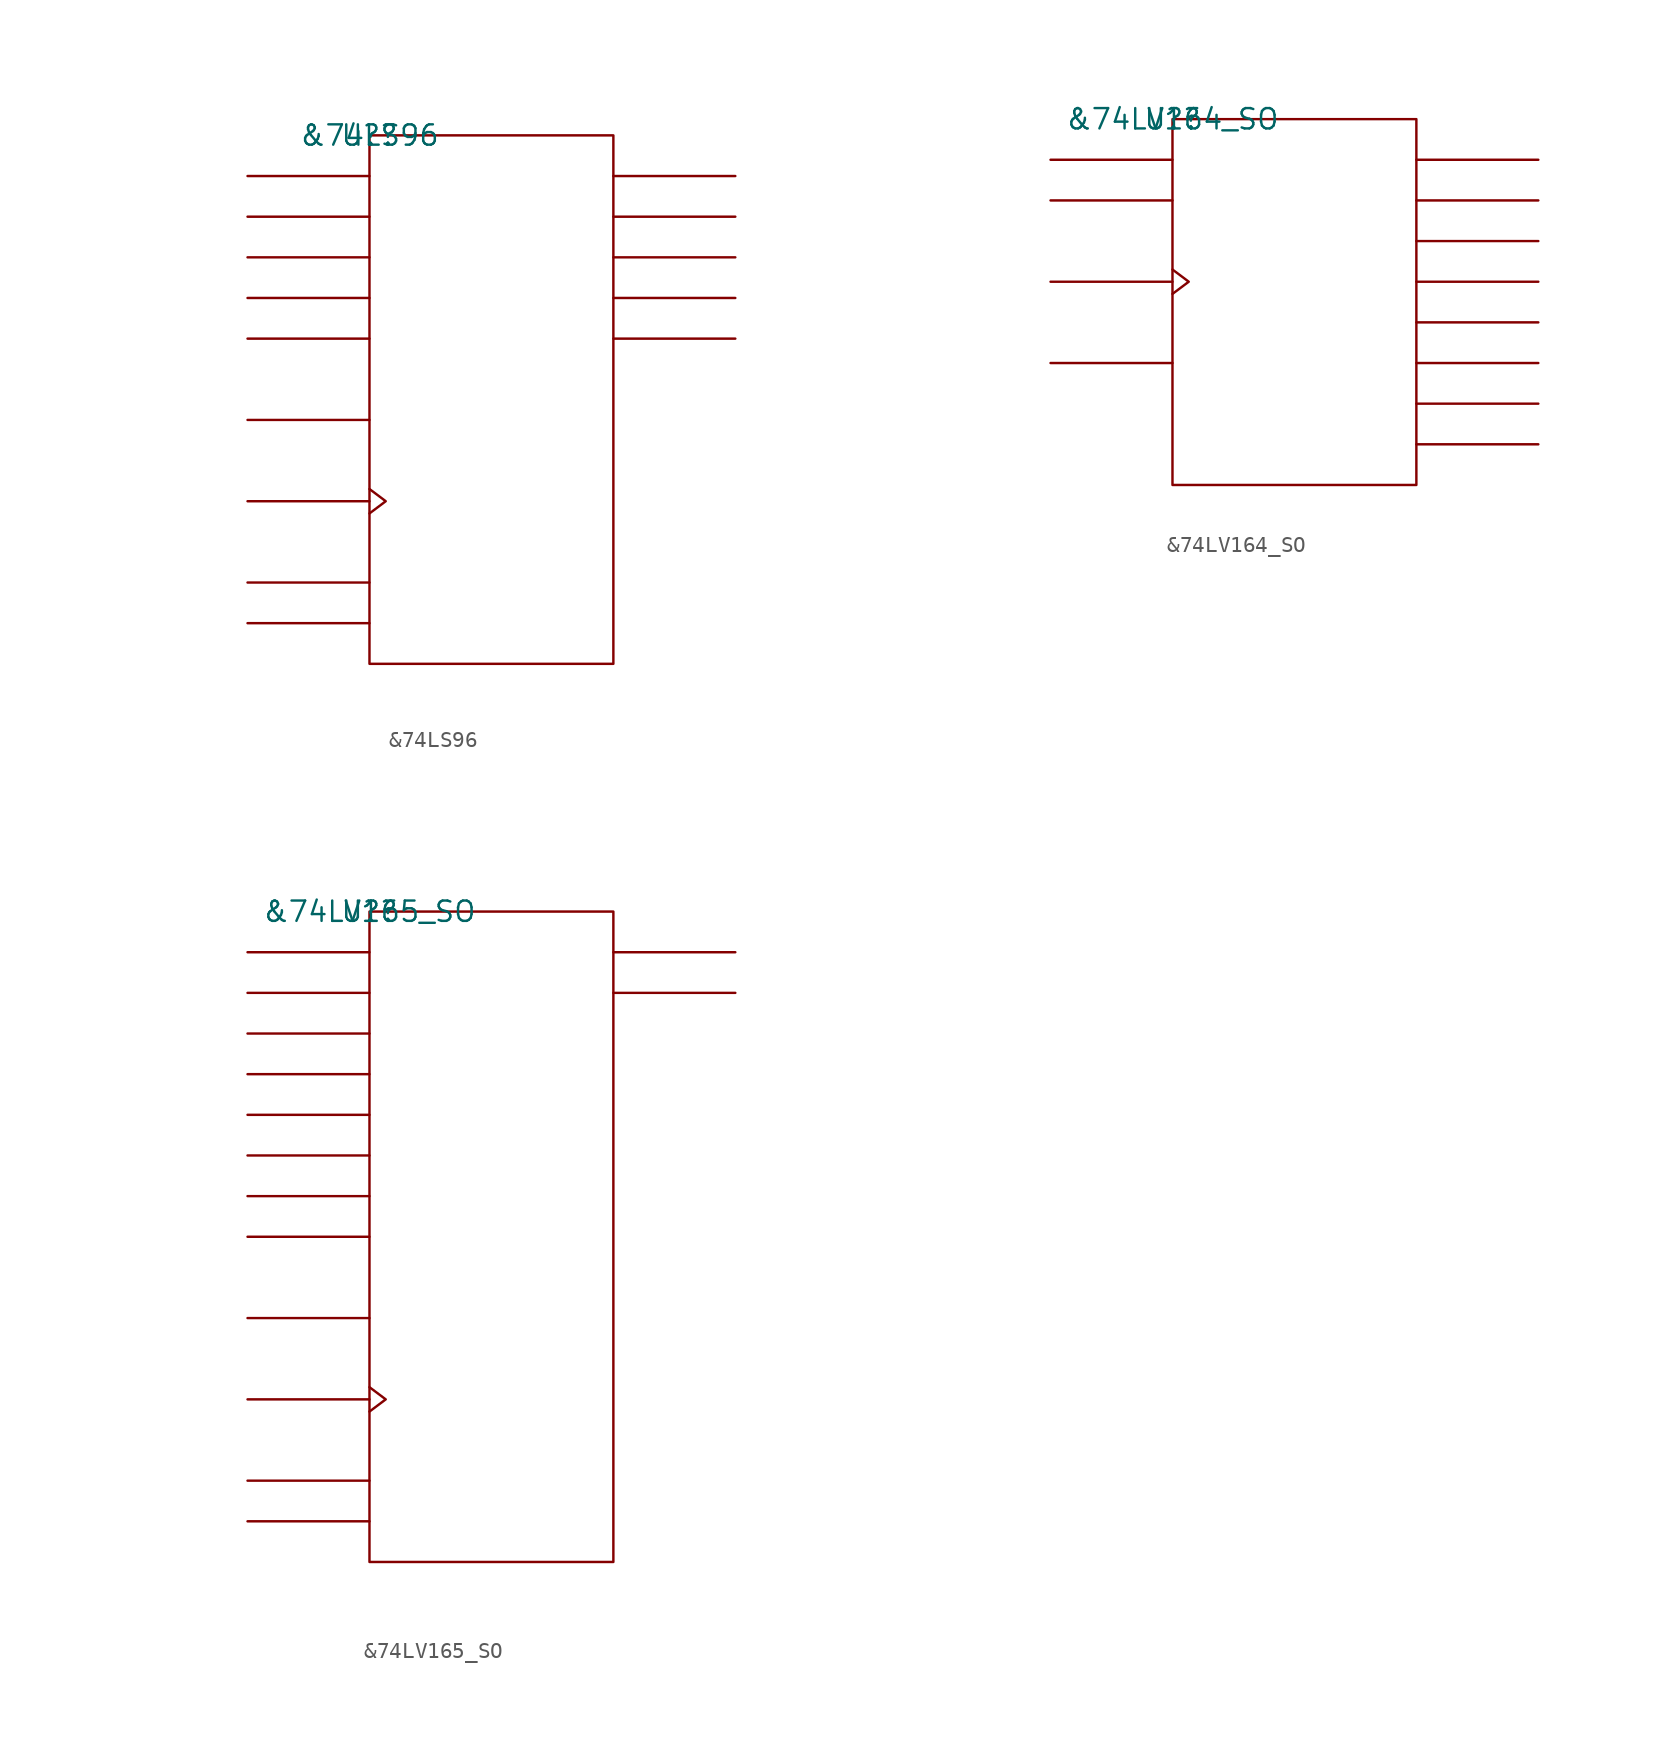
<source format=kicad_sym>
(kicad_symbol_lib
  (version 20211014)
  (generator kicad_symbol_editor)
  (symbol "&74LS96"
    (pin_names
      (offset 0.762))
    (property "Reference" "U?"
      (at 0 0 0)
      (effects (font (size 1.27 1.27))))
    (property "Value" "&74LS96"
      (at 0 0 0)
      (effects (font (size 1.27 1.27))))
    (symbol "&74LS96_0_1"
      (rectangle (start 0 -33.02) (end 15.24 0) (stroke (width 0) (type default) (color 0 0 0 0)) (fill (type none)))
      (polyline (pts (xy 0 -30.48) (xy -7.62 -30.48)) (stroke (width 0) (type default) (color 0 0 0 0)) (fill (type none)))
      (polyline (pts (xy 0 -27.94) (xy -7.62 -27.94)) (stroke (width 0) (type default) (color 0 0 0 0)) (fill (type none)))
      (polyline (pts (xy 0 -22.86) (xy -7.62 -22.86)) (stroke (width 0) (type default) (color 0 0 0 0)) (fill (type none)))
      (polyline (pts (xy 0 -17.78) (xy -7.62 -17.78)) (stroke (width 0) (type default) (color 0 0 0 0)) (fill (type none)))
      (polyline (pts (xy 0 -12.7) (xy -7.62 -12.7)) (stroke (width 0) (type default) (color 0 0 0 0)) (fill (type none)))
      (polyline (pts (xy 0 -10.16) (xy -7.62 -10.16)) (stroke (width 0) (type default) (color 0 0 0 0)) (fill (type none)))
      (polyline (pts (xy 0 -7.62) (xy -7.62 -7.62)) (stroke (width 0) (type default) (color 0 0 0 0)) (fill (type none)))
      (polyline (pts (xy 0 -5.08) (xy -7.62 -5.08)) (stroke (width 0) (type default) (color 0 0 0 0)) (fill (type none)))
      (polyline (pts (xy 0 -2.54) (xy -7.62 -2.54)) (stroke (width 0) (type default) (color 0 0 0 0)) (fill (type none)))
      (polyline (pts (xy 15.24 -12.7) (xy 22.86 -12.7)) (stroke (width 0) (type default) (color 0 0 0 0)) (fill (type none)))
      (polyline (pts (xy 15.24 -10.16) (xy 22.86 -10.16)) (stroke (width 0) (type default) (color 0 0 0 0)) (fill (type none)))
      (polyline (pts (xy 15.24 -7.62) (xy 22.86 -7.62)) (stroke (width 0) (type default) (color 0 0 0 0)) (fill (type none)))
      (polyline (pts (xy 15.24 -5.08) (xy 22.86 -5.08)) (stroke (width 0) (type default) (color 0 0 0 0)) (fill (type none)))
      (polyline (pts (xy 15.24 -2.54) (xy 22.86 -2.54)) (stroke (width 0) (type default) (color 0 0 0 0)) (fill (type none)))
      (polyline (pts (xy 0 -22.098) (xy 1.016 -22.86) (xy 0 -23.622)) (stroke (width 0) (type default) (color 0 0 0 0)) (fill (type none))))
    (symbol "&74LS96_1_1"
      (pin unspecified line (at -7.62 -22.86 180) (length 7.62) hide (name "CLK" (effects (font (size 1.245 1.245)))) (number "1" (effects (font (size 1.245 1.245)))))
      (pin unspecified line (at 22.86 -12.7 180) (length 7.62) hide (name "QE" (effects (font (size 1.245 1.245)))) (number "10" (effects (font (size 1.245 1.245)))))
      (pin unspecified line (at 22.86 -10.16 180) (length 7.62) hide (name "QD" (effects (font (size 1.245 1.245)))) (number "11" (effects (font (size 1.245 1.245)))))
      (pin power_in line (at 10.16 -33.02 180) (length 7.62) hide (name "GND" (effects (font (size 1.245 1.245)))) (number "12" (effects (font (size 1.245 1.245)))))
      (pin unspecified line (at 22.86 -7.62 180) (length 7.62) hide (name "QC" (effects (font (size 1.245 1.245)))) (number "13" (effects (font (size 1.245 1.245)))))
      (pin unspecified line (at 22.86 -5.08 180) (length 7.62) hide (name "QB" (effects (font (size 1.245 1.245)))) (number "14" (effects (font (size 1.245 1.245)))))
      (pin unspecified line (at 22.86 -2.54 180) (length 7.62) hide (name "QA" (effects (font (size 1.245 1.245)))) (number "15" (effects (font (size 1.245 1.245)))))
      (pin unspecified line (at -7.62 -27.94 0) (length 7.62) hide (name "C\\L\\R\\" (effects (font (size 1.245 1.245)))) (number "16" (effects (font (size 1.245 1.245)))))
      (pin unspecified line (at -7.62 -2.54 0) (length 7.62) hide (name "A" (effects (font (size 1.245 1.245)))) (number "2" (effects (font (size 1.245 1.245)))))
      (pin unspecified line (at -7.62 -5.08 0) (length 7.62) hide (name "B" (effects (font (size 1.245 1.245)))) (number "3" (effects (font (size 1.245 1.245)))))
      (pin unspecified line (at -7.62 -7.62 0) (length 7.62) hide (name "C" (effects (font (size 1.245 1.245)))) (number "4" (effects (font (size 1.245 1.245)))))
      (pin power_in line (at 7.62 0 180) (length 7.62) hide (name "VCC" (effects (font (size 1.245 1.245)))) (number "5" (effects (font (size 1.245 1.245)))))
      (pin unspecified line (at -7.62 -10.16 0) (length 7.62) hide (name "D" (effects (font (size 1.245 1.245)))) (number "6" (effects (font (size 1.245 1.245)))))
      (pin unspecified line (at -7.62 -12.7 0) (length 7.62) hide (name "E" (effects (font (size 1.245 1.245)))) (number "7" (effects (font (size 1.245 1.245)))))
      (pin unspecified line (at -7.62 -30.48 0) (length 7.62) hide (name "PRE" (effects (font (size 1.245 1.245)))) (number "8" (effects (font (size 1.245 1.245)))))
      (pin unspecified line (at -7.62 -17.78 0) (length 7.62) hide (name "SER" (effects (font (size 1.245 1.245)))) (number "9" (effects (font (size 1.245 1.245)))))))
  (symbol "&74LV164_SO"
    (pin_names
      (offset 0.762))
    (property "Reference" "U?"
      (at 0 0 0)
      (effects (font (size 1.27 1.27))))
    (property "Value" "&74LV164_SO"
      (at 0 0 0)
      (effects (font (size 1.27 1.27))))
    (symbol "&74LV164_SO_0_1"
      (rectangle (start 0 -22.86) (end 15.24 0) (stroke (width 0) (type default) (color 0 0 0 0)) (fill (type none)))
      (polyline (pts (xy 0 -15.24) (xy -7.62 -15.24)) (stroke (width 0) (type default) (color 0 0 0 0)) (fill (type none)))
      (polyline (pts (xy 0 -10.16) (xy -7.62 -10.16)) (stroke (width 0) (type default) (color 0 0 0 0)) (fill (type none)))
      (polyline (pts (xy 0 -5.08) (xy -7.62 -5.08)) (stroke (width 0) (type default) (color 0 0 0 0)) (fill (type none)))
      (polyline (pts (xy 0 -2.54) (xy -7.62 -2.54)) (stroke (width 0) (type default) (color 0 0 0 0)) (fill (type none)))
      (polyline (pts (xy 15.24 -20.32) (xy 22.86 -20.32)) (stroke (width 0) (type default) (color 0 0 0 0)) (fill (type none)))
      (polyline (pts (xy 15.24 -17.78) (xy 22.86 -17.78)) (stroke (width 0) (type default) (color 0 0 0 0)) (fill (type none)))
      (polyline (pts (xy 15.24 -15.24) (xy 22.86 -15.24)) (stroke (width 0) (type default) (color 0 0 0 0)) (fill (type none)))
      (polyline (pts (xy 15.24 -12.7) (xy 22.86 -12.7)) (stroke (width 0) (type default) (color 0 0 0 0)) (fill (type none)))
      (polyline (pts (xy 15.24 -10.16) (xy 22.86 -10.16)) (stroke (width 0) (type default) (color 0 0 0 0)) (fill (type none)))
      (polyline (pts (xy 15.24 -7.62) (xy 22.86 -7.62)) (stroke (width 0) (type default) (color 0 0 0 0)) (fill (type none)))
      (polyline (pts (xy 15.24 -5.08) (xy 22.86 -5.08)) (stroke (width 0) (type default) (color 0 0 0 0)) (fill (type none)))
      (polyline (pts (xy 15.24 -2.54) (xy 22.86 -2.54)) (stroke (width 0) (type default) (color 0 0 0 0)) (fill (type none)))
      (polyline (pts (xy 0 -9.398) (xy 1.016 -10.16) (xy 0 -10.922)) (stroke (width 0) (type default) (color 0 0 0 0)) (fill (type none))))
    (symbol "&74LV164_SO_1_1"
      (pin unspecified line (at -7.62 -2.54 0) (length 7.62) hide (name "A" (effects (font (size 1.245 1.245)))) (number "1" (effects (font (size 1.245 1.245)))))
      (pin unspecified line (at 22.86 -12.7 180) (length 7.62) hide (name "QE" (effects (font (size 1.245 1.245)))) (number "10" (effects (font (size 1.245 1.245)))))
      (pin unspecified line (at 22.86 -15.24 180) (length 7.62) hide (name "QF" (effects (font (size 1.245 1.245)))) (number "11" (effects (font (size 1.245 1.245)))))
      (pin unspecified line (at 22.86 -17.78 180) (length 7.62) hide (name "QG" (effects (font (size 1.245 1.245)))) (number "12" (effects (font (size 1.245 1.245)))))
      (pin unspecified line (at 22.86 -20.32 180) (length 7.62) hide (name "QH" (effects (font (size 1.245 1.245)))) (number "13" (effects (font (size 1.245 1.245)))))
      (pin power_in line (at 7.62 0 0) (length 7.62) hide (name "VCC" (effects (font (size 1.245 1.245)))) (number "14" (effects (font (size 1.245 1.245)))))
      (pin unspecified line (at -7.62 -5.08 0) (length 7.62) hide (name "B" (effects (font (size 1.245 1.245)))) (number "2" (effects (font (size 1.245 1.245)))))
      (pin unspecified line (at 22.86 -2.54 180) (length 7.62) hide (name "QA" (effects (font (size 1.245 1.245)))) (number "3" (effects (font (size 1.245 1.245)))))
      (pin unspecified line (at 22.86 -5.08 180) (length 7.62) hide (name "QB" (effects (font (size 1.245 1.245)))) (number "4" (effects (font (size 1.245 1.245)))))
      (pin unspecified line (at 22.86 -7.62 180) (length 7.62) hide (name "QC" (effects (font (size 1.245 1.245)))) (number "5" (effects (font (size 1.245 1.245)))))
      (pin unspecified line (at 22.86 -10.16 180) (length 7.62) hide (name "QD" (effects (font (size 1.245 1.245)))) (number "6" (effects (font (size 1.245 1.245)))))
      (pin power_in line (at 7.62 -22.86 0) (length 7.62) hide (name "GND" (effects (font (size 1.245 1.245)))) (number "7" (effects (font (size 1.245 1.245)))))
      (pin unspecified line (at -7.62 -10.16 180) (length 7.62) hide (name "CLK" (effects (font (size 1.245 1.245)))) (number "8" (effects (font (size 1.245 1.245)))))
      (pin unspecified line (at -7.62 -15.24 0) (length 7.62) hide (name "C\\L\\R\\" (effects (font (size 1.245 1.245)))) (number "9" (effects (font (size 1.245 1.245)))))))
  (symbol "&74LV165_SO"
    (pin_names
      (offset 0.762))
    (property "Reference" "U?"
      (at 0 0 0)
      (effects (font (size 1.27 1.27))))
    (property "Value" "&74LV165_SO"
      (at 0 0 0)
      (effects (font (size 1.27 1.27))))
    (symbol "&74LV165_SO_0_1"
      (rectangle (start 0 -40.64) (end 15.24 0) (stroke (width 0) (type default) (color 0 0 0 0)) (fill (type none)))
      (polyline (pts (xy 0 -38.1) (xy -7.62 -38.1)) (stroke (width 0) (type default) (color 0 0 0 0)) (fill (type none)))
      (polyline (pts (xy 0 -35.56) (xy -7.62 -35.56)) (stroke (width 0) (type default) (color 0 0 0 0)) (fill (type none)))
      (polyline (pts (xy 0 -30.48) (xy -7.62 -30.48)) (stroke (width 0) (type default) (color 0 0 0 0)) (fill (type none)))
      (polyline (pts (xy 0 -25.4) (xy -7.62 -25.4)) (stroke (width 0) (type default) (color 0 0 0 0)) (fill (type none)))
      (polyline (pts (xy 0 -20.32) (xy -7.62 -20.32)) (stroke (width 0) (type default) (color 0 0 0 0)) (fill (type none)))
      (polyline (pts (xy 0 -17.78) (xy -7.62 -17.78)) (stroke (width 0) (type default) (color 0 0 0 0)) (fill (type none)))
      (polyline (pts (xy 0 -15.24) (xy -7.62 -15.24)) (stroke (width 0) (type default) (color 0 0 0 0)) (fill (type none)))
      (polyline (pts (xy 0 -12.7) (xy -7.62 -12.7)) (stroke (width 0) (type default) (color 0 0 0 0)) (fill (type none)))
      (polyline (pts (xy 0 -10.16) (xy -7.62 -10.16)) (stroke (width 0) (type default) (color 0 0 0 0)) (fill (type none)))
      (polyline (pts (xy 0 -7.62) (xy -7.62 -7.62)) (stroke (width 0) (type default) (color 0 0 0 0)) (fill (type none)))
      (polyline (pts (xy 0 -5.08) (xy -7.62 -5.08)) (stroke (width 0) (type default) (color 0 0 0 0)) (fill (type none)))
      (polyline (pts (xy 0 -2.54) (xy -7.62 -2.54)) (stroke (width 0) (type default) (color 0 0 0 0)) (fill (type none)))
      (polyline (pts (xy 15.24 -5.08) (xy 22.86 -5.08)) (stroke (width 0) (type default) (color 0 0 0 0)) (fill (type none)))
      (polyline (pts (xy 15.24 -2.54) (xy 22.86 -2.54)) (stroke (width 0) (type default) (color 0 0 0 0)) (fill (type none)))
      (polyline (pts (xy 0 -29.718) (xy 1.016 -30.48) (xy 0 -31.242)) (stroke (width 0) (type default) (color 0 0 0 0)) (fill (type none))))
    (symbol "&74LV165_SO_1_1"
      (pin unspecified line (at -7.62 -38.1 0) (length 7.62) hide (name "P\\L\\" (effects (font (size 1.245 1.245)))) (number "1" (effects (font (size 1.245 1.245)))))
      (pin unspecified line (at -7.62 -25.4 0) (length 7.62) hide (name "SDI" (effects (font (size 1.245 1.245)))) (number "10" (effects (font (size 1.245 1.245)))))
      (pin unspecified line (at -7.62 -2.54 0) (length 7.62) hide (name "D0" (effects (font (size 1.245 1.245)))) (number "11" (effects (font (size 1.245 1.245)))))
      (pin unspecified line (at -7.62 -5.08 0) (length 7.62) hide (name "D1" (effects (font (size 1.245 1.245)))) (number "12" (effects (font (size 1.245 1.245)))))
      (pin unspecified line (at -7.62 -7.62 0) (length 7.62) hide (name "D2" (effects (font (size 1.245 1.245)))) (number "13" (effects (font (size 1.245 1.245)))))
      (pin unspecified line (at -7.62 -10.16 0) (length 7.62) hide (name "D3" (effects (font (size 1.245 1.245)))) (number "14" (effects (font (size 1.245 1.245)))))
      (pin unspecified line (at -7.62 -35.56 0) (length 7.62) hide (name "C\\K\\E\\" (effects (font (size 1.245 1.245)))) (number "15" (effects (font (size 1.245 1.245)))))
      (pin power_in line (at 7.62 0 0) (length 7.62) hide (name "VCC" (effects (font (size 1.245 1.245)))) (number "16" (effects (font (size 1.245 1.245)))))
      (pin unspecified line (at -7.62 -30.48 180) (length 7.62) hide (name "CLK" (effects (font (size 1.245 1.245)))) (number "2" (effects (font (size 1.245 1.245)))))
      (pin unspecified line (at -7.62 -12.7 0) (length 7.62) hide (name "D4" (effects (font (size 1.245 1.245)))) (number "3" (effects (font (size 1.245 1.245)))))
      (pin unspecified line (at -7.62 -15.24 0) (length 7.62) hide (name "D5" (effects (font (size 1.245 1.245)))) (number "4" (effects (font (size 1.245 1.245)))))
      (pin unspecified line (at -7.62 -17.78 0) (length 7.62) hide (name "D6" (effects (font (size 1.245 1.245)))) (number "5" (effects (font (size 1.245 1.245)))))
      (pin unspecified line (at -7.62 -20.32 0) (length 7.62) hide (name "D7" (effects (font (size 1.245 1.245)))) (number "6" (effects (font (size 1.245 1.245)))))
      (pin unspecified line (at 22.86 -5.08 180) (length 7.62) hide (name "Q\\7\\" (effects (font (size 1.245 1.245)))) (number "7" (effects (font (size 1.245 1.245)))))
      (pin power_in line (at 10.16 -40.64 180) (length 7.62) hide (name "GND" (effects (font (size 1.245 1.245)))) (number "8" (effects (font (size 1.245 1.245)))))
      (pin unspecified line (at 22.86 -2.54 180) (length 7.62) hide (name "Q7" (effects (font (size 1.245 1.245)))) (number "9" (effects (font (size 1.245 1.245))))))))
</source>
